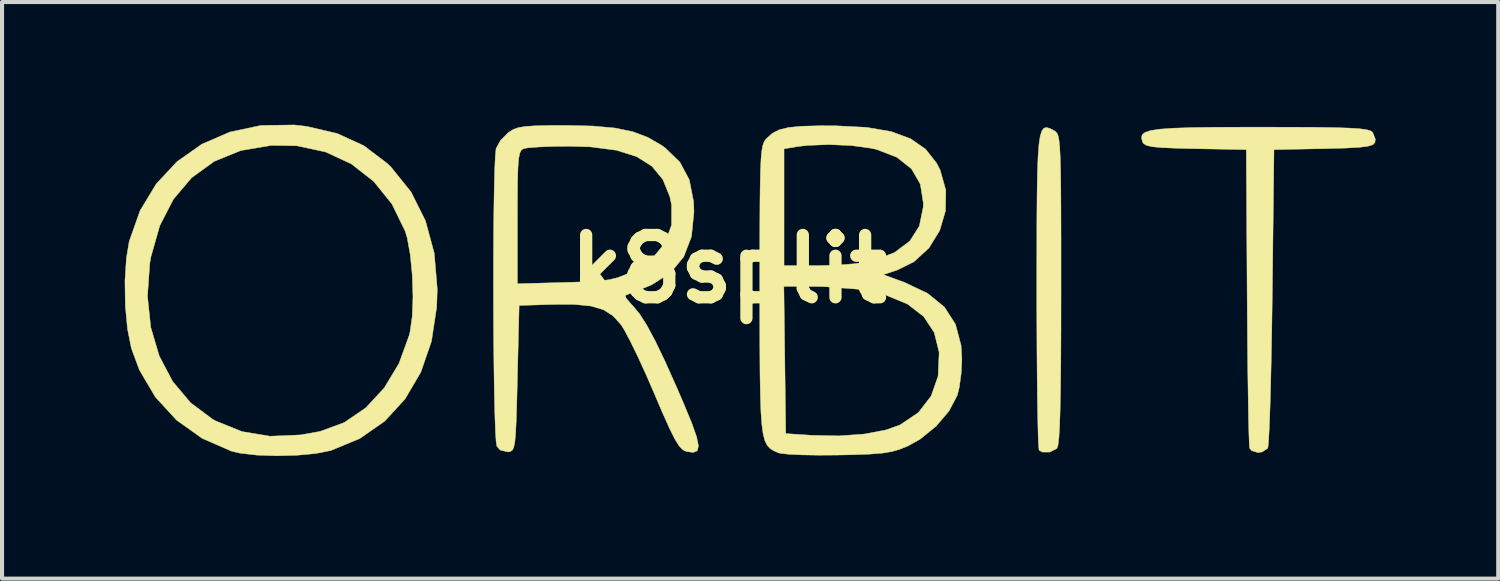
<source format=kicad_pcb>
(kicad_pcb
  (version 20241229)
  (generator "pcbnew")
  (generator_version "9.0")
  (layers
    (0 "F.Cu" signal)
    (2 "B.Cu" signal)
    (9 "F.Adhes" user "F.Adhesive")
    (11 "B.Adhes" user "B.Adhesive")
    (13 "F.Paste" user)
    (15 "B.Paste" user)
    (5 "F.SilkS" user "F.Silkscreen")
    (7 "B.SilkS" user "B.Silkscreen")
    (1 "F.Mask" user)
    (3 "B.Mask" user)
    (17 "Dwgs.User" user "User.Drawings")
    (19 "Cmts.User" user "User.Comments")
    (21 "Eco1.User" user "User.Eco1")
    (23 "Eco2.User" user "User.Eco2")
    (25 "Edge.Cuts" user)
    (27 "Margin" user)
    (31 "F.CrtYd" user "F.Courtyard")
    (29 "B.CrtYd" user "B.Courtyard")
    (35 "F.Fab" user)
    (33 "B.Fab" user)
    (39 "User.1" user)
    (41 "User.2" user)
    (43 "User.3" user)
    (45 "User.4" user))
  (footprint "k8split"
    (layer "F.Cu")
    (at 14.766 3.53)
    (property "Reference" "k8split" (at 0 0 0) (layer "F.SilkS") (effects (font (size 1.524 1.524) (thickness 0.3))))
    (attr through_hole)
    (fp_poly (pts (xy 7.855 -3.439) (xy 7.949 -3.392) (xy 7.953 -3.39) (xy 7.995 -3.364) (xy 8.029 -3.325) (xy 8.057 -3.259) (xy 8.079 -3.149) (xy 8.096 -2.981) (xy 8.108 -2.741) (xy 8.117 -2.413) (xy 8.123 -1.982) (xy 8.126 -1.433) (xy 8.128 -0.751) (xy 8.128 0.078) (xy 8.128 0.494) (xy 8.127 1.46) (xy 8.123 2.268) (xy 8.116 2.928) (xy 8.106 3.45) (xy 8.093 3.846) (xy 8.076 4.127) (xy 8.055 4.302) (xy 8.029 4.382) (xy 8.026 4.386) (xy 7.856 4.474) (xy 7.668 4.473) (xy 7.592 4.431) (xy 7.58 4.337) (xy 7.569 4.091) (xy 7.56 3.71) (xy 7.551 3.212) (xy 7.544 2.613) (xy 7.539 1.93) (xy 7.536 1.181) (xy 7.535 0.547) (xy 7.536 -0.399) (xy 7.537 -1.188) (xy 7.542 -1.834) (xy 7.551 -2.35) (xy 7.566 -2.75) (xy 7.588 -3.046) (xy 7.619 -3.253) (xy 7.66 -3.382) (xy 7.711 -3.447) (xy 7.776 -3.462) (xy 7.855 -3.439)) (stroke (width 0.01) (type solid)) (fill yes) (layer "F.SilkS"))
    (fp_poly (pts (xy 13.757 -3.47) (xy 14.36 -3.467) (xy 14.827 -3.46) (xy 15.178 -3.448) (xy 15.427 -3.432) (xy 15.594 -3.41) (xy 15.695 -3.382) (xy 15.747 -3.346) (xy 15.747 -3.345) (xy 15.813 -3.18) (xy 15.803 -3.094) (xy 15.753 -3.042) (xy 15.632 -3.004) (xy 15.415 -2.977) (xy 15.08 -2.959) (xy 14.602 -2.946) (xy 14.545 -2.945) (xy 13.335 -2.921) (xy 13.293 0.677) (xy 13.282 1.444) (xy 13.269 2.16) (xy 13.255 2.807) (xy 13.239 3.367) (xy 13.223 3.822) (xy 13.206 4.153) (xy 13.19 4.344) (xy 13.182 4.381) (xy 13.047 4.47) (xy 12.946 4.487) (xy 12.79 4.44) (xy 12.74 4.381) (xy 12.731 4.277) (xy 12.722 4.021) (xy 12.712 3.631) (xy 12.704 3.127) (xy 12.695 2.526) (xy 12.688 1.845) (xy 12.682 1.104) (xy 12.679 0.677) (xy 12.658 -2.921) (xy 11.417 -2.944) (xy 10.927 -2.956) (xy 10.581 -2.971) (xy 10.352 -2.993) (xy 10.215 -3.026) (xy 10.144 -3.072) (xy 10.121 -3.111) (xy 10.096 -3.206) (xy 10.111 -3.283) (xy 10.182 -3.343) (xy 10.324 -3.389) (xy 10.551 -3.423) (xy 10.88 -3.446) (xy 11.326 -3.461) (xy 11.903 -3.468) (xy 12.628 -3.471) (xy 13.002 -3.471) (xy 13.757 -3.47)) (stroke (width 0.01) (type solid)) (fill yes) (layer "F.SilkS"))
    (fp_poly (pts (xy -10.324 -3.491) (xy -9.571 -3.316) (xy -8.922 -3.019) (xy -8.352 -2.588) (xy -8.253 -2.492) (xy -7.765 -1.886) (xy -7.413 -1.183) (xy -7.198 -0.389) (xy -7.124 0.487) (xy -7.138 0.926) (xy -7.266 1.767) (xy -7.526 2.52) (xy -7.91 3.174) (xy -8.409 3.718) (xy -9.017 4.142) (xy -9.724 4.435) (xy -9.731 4.437) (xy -10.094 4.509) (xy -10.554 4.552) (xy -11.055 4.565) (xy -11.54 4.548) (xy -11.952 4.5) (xy -12.15 4.454) (xy -12.871 4.14) (xy -13.499 3.693) (xy -14.017 3.129) (xy -14.409 2.464) (xy -14.605 1.933) (xy -14.699 1.459) (xy -14.752 0.889) (xy -14.755 0.663) (xy -14.21 0.663) (xy -14.13 1.423) (xy -13.922 2.124) (xy -13.595 2.746) (xy -13.156 3.268) (xy -12.616 3.672) (xy -12.543 3.712) (xy -11.901 3.972) (xy -11.215 4.086) (xy -10.468 4.054) (xy -9.991 3.969) (xy -9.402 3.753) (xy -8.872 3.392) (xy -8.42 2.904) (xy -8.061 2.308) (xy -7.812 1.624) (xy -7.79 1.535) (xy -7.736 1.154) (xy -7.718 0.674) (xy -7.735 0.156) (xy -7.783 -0.343) (xy -7.859 -0.763) (xy -7.91 -0.931) (xy -8.234 -1.594) (xy -8.678 -2.144) (xy -9.224 -2.571) (xy -9.858 -2.865) (xy -10.564 -3.016) (xy -11.184 -3.025) (xy -11.928 -2.899) (xy -12.578 -2.634) (xy -13.129 -2.236) (xy -13.575 -1.71) (xy -13.909 -1.063) (xy -14.126 -0.301) (xy -14.154 -0.137) (xy -14.21 0.663) (xy -14.755 0.663) (xy -14.761 0.29) (xy -14.725 -0.271) (xy -14.657 -0.677) (xy -14.391 -1.43) (xy -13.996 -2.083) (xy -13.488 -2.628) (xy -12.881 -3.055) (xy -12.191 -3.353) (xy -11.434 -3.513) (xy -10.623 -3.525) (xy -10.324 -3.491)) (stroke (width 0.01) (type solid)) (fill yes) (layer "F.SilkS"))
    (fp_poly (pts (xy 2.625 -3.504) (xy 3.372 -3.466) (xy 3.976 -3.363) (xy 4.452 -3.187) (xy 4.817 -2.932) (xy 5.085 -2.592) (xy 5.172 -2.423) (xy 5.311 -1.928) (xy 5.303 -1.424) (xy 5.161 -0.943) (xy 4.899 -0.517) (xy 4.531 -0.179) (xy 4.13 0.02) (xy 3.782 0.136) (xy 4.302 0.326) (xy 4.864 0.592) (xy 5.277 0.928) (xy 5.547 1.348) (xy 5.683 1.86) (xy 5.704 2.201) (xy 5.686 2.553) (xy 5.64 2.89) (xy 5.592 3.083) (xy 5.391 3.469) (xy 5.071 3.844) (xy 4.677 4.163) (xy 4.38 4.327) (xy 4.186 4.406) (xy 3.991 4.462) (xy 3.759 4.5) (xy 3.455 4.524) (xy 3.043 4.539) (xy 2.667 4.547) (xy 2.207 4.55) (xy 1.795 4.543) (xy 1.468 4.527) (xy 1.26 4.504) (xy 1.216 4.492) (xy 1.108 4.444) (xy 1.019 4.39) (xy 0.947 4.314) (xy 0.889 4.201) (xy 0.845 4.036) (xy 0.813 3.803) (xy 0.79 3.487) (xy 0.776 3.072) (xy 0.767 2.544) (xy 0.763 1.887) (xy 0.762 1.085) (xy 0.762 0.505) (xy 0.762 0.423) (xy 1.351 0.423) (xy 1.374 2.223) (xy 1.397 4.022) (xy 2.032 4.064) (xy 2.702 4.078) (xy 3.321 4.033) (xy 3.849 3.932) (xy 4.195 3.808) (xy 4.639 3.508) (xy 4.95 3.107) (xy 5.122 2.618) (xy 5.147 2.054) (xy 5.145 2.022) (xy 5.027 1.55) (xy 4.771 1.161) (xy 4.376 0.856) (xy 3.837 0.633) (xy 3.154 0.491) (xy 2.323 0.428) (xy 2.051 0.424) (xy 1.351 0.423) (xy 0.762 0.423) (xy 0.762 -0.36) (xy 0.763 -1.071) (xy 0.766 -1.645) (xy 0.772 -2.098) (xy 0.781 -2.445) (xy 0.793 -2.703) (xy 0.81 -2.887) (xy 0.82 -2.941) (xy 1.355 -2.941) (xy 1.355 -0.085) (xy 2.223 -0.086) (xy 2.648 -0.098) (xy 3.063 -0.13) (xy 3.406 -0.177) (xy 3.531 -0.204) (xy 4.053 -0.403) (xy 4.43 -0.685) (xy 4.664 -1.054) (xy 4.758 -1.515) (xy 4.761 -1.615) (xy 4.688 -2.077) (xy 4.472 -2.451) (xy 4.114 -2.735) (xy 3.616 -2.926) (xy 3.488 -2.955) (xy 3.002 -3.021) (xy 2.447 -3.045) (xy 1.913 -3.024) (xy 1.672 -2.994) (xy 1.355 -2.941) (xy 0.82 -2.941) (xy 0.833 -3.014) (xy 0.862 -3.099) (xy 0.898 -3.159) (xy 0.934 -3.2) (xy 1.07 -3.321) (xy 1.238 -3.407) (xy 1.467 -3.463) (xy 1.785 -3.494) (xy 2.222 -3.505) (xy 2.625 -3.504)) (stroke (width 0.01) (type solid)) (fill yes) (layer "F.SilkS"))
    (fp_poly (pts (xy -3.321 -3.499) (xy -2.781 -3.45) (xy -2.342 -3.36) (xy -1.972 -3.22) (xy -1.635 -3.024) (xy -1.551 -2.964) (xy -1.191 -2.615) (xy -0.962 -2.185) (xy -0.857 -1.655) (xy -0.847 -1.397) (xy -0.908 -0.795) (xy -1.096 -0.304) (xy -1.416 0.086) (xy -1.873 0.38) (xy -2.092 0.472) (xy -2.33 0.563) (xy -2.492 0.629) (xy -2.532 0.649) (xy -2.5 0.718) (xy -2.38 0.859) (xy -2.332 0.909) (xy -2.175 1.098) (xy -1.998 1.377) (xy -1.791 1.763) (xy -1.548 2.27) (xy -1.26 2.914) (xy -1.1 3.286) (xy -0.904 3.759) (xy -0.784 4.098) (xy -0.738 4.32) (xy -0.767 4.443) (xy -0.868 4.483) (xy -1.039 4.458) (xy -1.124 4.416) (xy -1.214 4.319) (xy -1.32 4.147) (xy -1.453 3.878) (xy -1.626 3.491) (xy -1.812 3.055) (xy -2.017 2.583) (xy -2.22 2.139) (xy -2.405 1.761) (xy -2.554 1.481) (xy -2.628 1.364) (xy -2.823 1.145) (xy -3.06 0.994) (xy -3.368 0.903) (xy -3.779 0.863) (xy -4.324 0.864) (xy -4.339 0.865) (xy -5.122 0.889) (xy -5.165 2.667) (xy -5.179 3.258) (xy -5.193 3.702) (xy -5.208 4.019) (xy -5.228 4.232) (xy -5.255 4.362) (xy -5.292 4.432) (xy -5.341 4.461) (xy -5.392 4.471) (xy -5.587 4.424) (xy -5.667 4.329) (xy -5.686 4.211) (xy -5.702 3.945) (xy -5.716 3.555) (xy -5.728 3.06) (xy -5.737 2.485) (xy -5.744 1.849) (xy -5.749 1.176) (xy -5.75 0.487) (xy -5.75 -0.196) (xy -5.746 -0.85) (xy -5.742 -1.263) (xy -5.165 -1.263) (xy -5.165 0.358) (xy -3.999 0.326) (xy -3.522 0.311) (xy -3.176 0.291) (xy -2.921 0.259) (xy -2.717 0.21) (xy -2.525 0.136) (xy -2.326 0.041) (xy -1.865 -0.264) (xy -1.553 -0.641) (xy -1.395 -1.08) (xy -1.395 -1.571) (xy -1.437 -1.77) (xy -1.607 -2.189) (xy -1.874 -2.514) (xy -2.249 -2.751) (xy -2.747 -2.907) (xy -3.38 -2.989) (xy -3.895 -3.004) (xy -4.297 -3) (xy -4.646 -2.986) (xy -4.901 -2.966) (xy -5.016 -2.945) (xy -5.068 -2.91) (xy -5.106 -2.838) (xy -5.133 -2.706) (xy -5.15 -2.492) (xy -5.16 -2.172) (xy -5.164 -1.724) (xy -5.165 -1.263) (xy -5.742 -1.263) (xy -5.74 -1.455) (xy -5.731 -1.988) (xy -5.72 -2.426) (xy -5.705 -2.749) (xy -5.688 -2.934) (xy -5.683 -2.956) (xy -5.576 -3.148) (xy -5.396 -3.331) (xy -5.389 -3.337) (xy -5.278 -3.409) (xy -5.148 -3.458) (xy -4.967 -3.489) (xy -4.703 -3.506) (xy -4.323 -3.513) (xy -3.994 -3.514) (xy -3.321 -3.499)) (stroke (width 0.01) (type solid)) (fill yes) (layer "F.SilkS")))
  (gr_rect
    (start -3 -3)
    (end 33.584 11.099)
    (stroke (width 0.1) (type default))
    (fill no)
    (layer "Edge.Cuts")))
</source>
